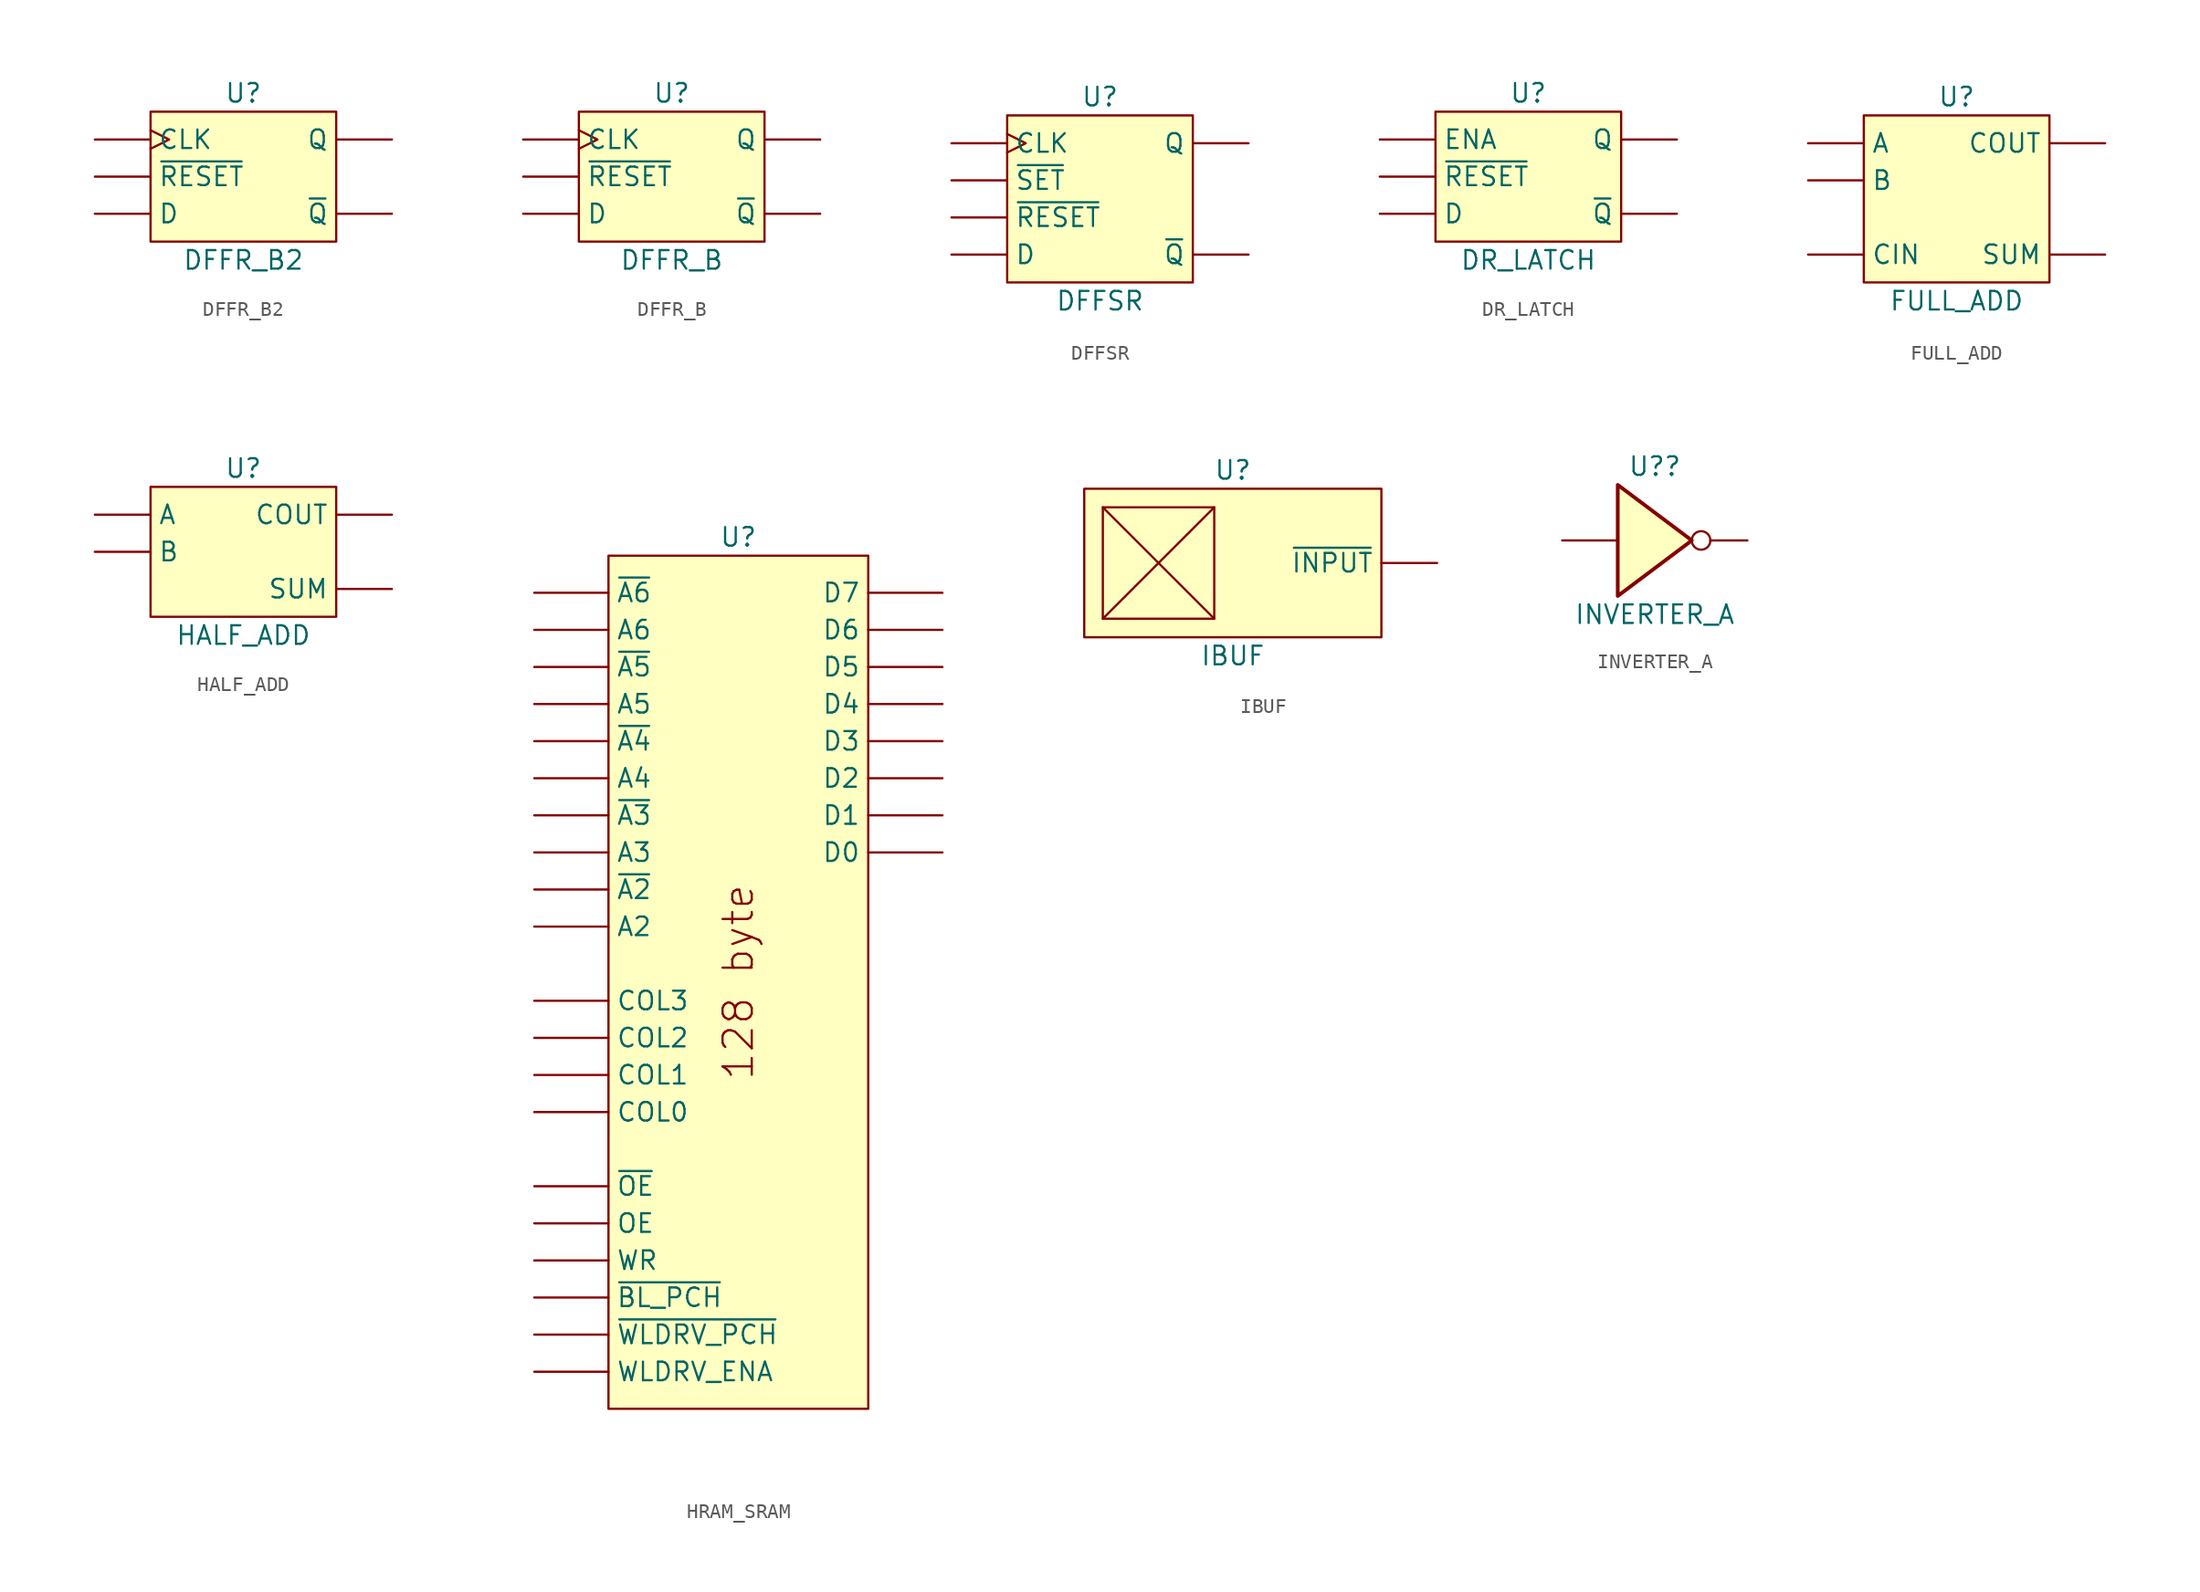
<source format=kicad_sym>
(kicad_symbol_lib
  (version 20211014)
  (generator kicad_symbol_editor)
  (symbol "DFFR_B2"
    (pin_numbers hide)
    (property "Reference" "U"
      (at 0 5.715 0)
      (effects (font (size 1.27 1.27))))
    (property "Value" "DFFR_B2"
      (at 0 -5.715 0)
      (effects (font (size 1.27 1.27))))
    (symbol "DFFR_B2_0_1"
      (rectangle (start -6.35 4.445) (end 6.35 -4.445) (stroke (width 0) (type default) (color 0 0 0 0)) (fill (type background))))
    (symbol "DFFR_B2_1_1"
      (pin input clock (at -10.16 2.54 0) (length 3.81) (name "CLK" (effects (font (size 1.27 1.27)))) (number "1" (effects (font (size 1.27 1.27)))))
      (pin input line (at -10.16 0 0) (length 3.81) (name "~{RESET}" (effects (font (size 1.27 1.27)))) (number "2" (effects (font (size 1.27 1.27)))))
      (pin input line (at -10.16 -2.54 0) (length 3.81) (name "D" (effects (font (size 1.27 1.27)))) (number "3" (effects (font (size 1.27 1.27)))))
      (pin input line (at -10.16 0 0) (length 3.81) hide (name "~{RESET}" (effects (font (size 1.27 1.27)))) (number "4" (effects (font (size 1.27 1.27)))))
      (pin output line (at 10.16 -2.54 180) (length 3.81) (name "~{Q}" (effects (font (size 1.27 1.27)))) (number "5" (effects (font (size 1.27 1.27)))))
      (pin output line (at 10.16 2.54 180) (length 3.81) (name "Q" (effects (font (size 1.27 1.27)))) (number "6" (effects (font (size 1.27 1.27)))))))
  (symbol "DFFR_B"
    (pin_numbers hide)
    (property "Reference" "U"
      (at 0 5.715 0)
      (effects (font (size 1.27 1.27))))
    (property "Value" "DFFR_B"
      (at 0 -5.715 0)
      (effects (font (size 1.27 1.27))))
    (symbol "DFFR_B_0_1"
      (rectangle (start -6.35 4.445) (end 6.35 -4.445) (stroke (width 0) (type default) (color 0 0 0 0)) (fill (type background))))
    (symbol "DFFR_B_1_1"
      (pin input line (at -10.16 0 0) (length 3.81) (name "~{RESET}" (effects (font (size 1.27 1.27)))) (number "1" (effects (font (size 1.27 1.27)))))
      (pin input line (at -10.16 -2.54 0) (length 3.81) (name "D" (effects (font (size 1.27 1.27)))) (number "2" (effects (font (size 1.27 1.27)))))
      (pin input clock (at -10.16 2.54 0) (length 3.81) (name "CLK" (effects (font (size 1.27 1.27)))) (number "3" (effects (font (size 1.27 1.27)))))
      (pin input clock (at -10.16 2.54 0) (length 3.81) hide (name "~{CLK}" (effects (font (size 1.27 1.27)))) (number "4" (effects (font (size 1.27 1.27)))))
      (pin input line (at -10.16 0 0) (length 3.81) hide (name "~{RESET}" (effects (font (size 1.27 1.27)))) (number "5" (effects (font (size 1.27 1.27)))))
      (pin output line (at 10.16 -2.54 180) (length 3.81) (name "~{Q}" (effects (font (size 1.27 1.27)))) (number "6" (effects (font (size 1.27 1.27)))))
      (pin output line (at 10.16 2.54 180) (length 3.81) (name "Q" (effects (font (size 1.27 1.27)))) (number "7" (effects (font (size 1.27 1.27)))))))
  (symbol "DFFSR"
    (pin_numbers hide)
    (property "Reference" "U"
      (at 0 6.985 0)
      (effects (font (size 1.27 1.27))))
    (property "Value" "DFFSR"
      (at 0 -6.985 0)
      (effects (font (size 1.27 1.27))))
    (symbol "DFFSR_0_1"
      (rectangle (start -6.35 5.715) (end 6.35 -5.715) (stroke (width 0) (type default) (color 0 0 0 0)) (fill (type background))))
    (symbol "DFFSR_1_1"
      (pin input line (at -10.16 1.27 0) (length 3.81) (name "~{SET}" (effects (font (size 1.27 1.27)))) (number "1" (effects (font (size 1.27 1.27)))))
      (pin input line (at -10.16 -3.81 0) (length 3.81) (name "D" (effects (font (size 1.27 1.27)))) (number "2" (effects (font (size 1.27 1.27)))))
      (pin input line (at -10.16 1.27 0) (length 3.81) hide (name "~{SET}" (effects (font (size 1.27 1.27)))) (number "3" (effects (font (size 1.27 1.27)))))
      (pin output line (at 10.16 -3.81 180) (length 3.81) (name "~{Q}" (effects (font (size 1.27 1.27)))) (number "4" (effects (font (size 1.27 1.27)))))
      (pin output line (at 10.16 3.81 180) (length 3.81) (name "Q" (effects (font (size 1.27 1.27)))) (number "5" (effects (font (size 1.27 1.27)))))
      (pin input line (at -10.16 -1.27 0) (length 3.81) (name "~{RESET}" (effects (font (size 1.27 1.27)))) (number "6" (effects (font (size 1.27 1.27)))))
      (pin input clock (at -10.16 3.81 0) (length 3.81) (name "CLK" (effects (font (size 1.27 1.27)))) (number "7" (effects (font (size 1.27 1.27)))))))
  (symbol "DR_LATCH"
    (pin_numbers hide)
    (property "Reference" "U"
      (at 0 5.715 0)
      (effects (font (size 1.27 1.27))))
    (property "Value" "DR_LATCH"
      (at 0 -5.715 0)
      (effects (font (size 1.27 1.27))))
    (symbol "DR_LATCH_0_1"
      (rectangle (start -6.35 4.445) (end 6.35 -4.445) (stroke (width 0) (type default) (color 0 0 0 0)) (fill (type background))))
    (symbol "DR_LATCH_1_1"
      (pin input line (at -10.16 2.54 0) (length 3.81) hide (name "~{ENA}" (effects (font (size 1.27 1.27)))) (number "1" (effects (font (size 1.27 1.27)))))
      (pin input line (at -10.16 -2.54 0) (length 3.81) (name "D" (effects (font (size 1.27 1.27)))) (number "2" (effects (font (size 1.27 1.27)))))
      (pin input line (at -10.16 2.54 0) (length 3.81) (name "ENA" (effects (font (size 1.27 1.27)))) (number "3" (effects (font (size 1.27 1.27)))))
      (pin input line (at -10.16 0 0) (length 3.81) (name "~{RESET}" (effects (font (size 1.27 1.27)))) (number "4" (effects (font (size 1.27 1.27)))))
      (pin output line (at 10.16 2.54 180) (length 3.81) (name "Q" (effects (font (size 1.27 1.27)))) (number "5" (effects (font (size 1.27 1.27)))))
      (pin output line (at 10.16 -2.54 180) (length 3.81) (name "~{Q}" (effects (font (size 1.27 1.27)))) (number "6" (effects (font (size 1.27 1.27)))))))
  (symbol "FULL_ADD"
    (pin_numbers hide)
    (property "Reference" "U"
      (at 0 6.985 0)
      (effects (font (size 1.27 1.27))))
    (property "Value" "FULL_ADD"
      (at 0 -6.985 0)
      (effects (font (size 1.27 1.27))))
    (symbol "FULL_ADD_0_1"
      (rectangle (start -6.35 5.715) (end 6.35 -5.715) (stroke (width 0) (type default) (color 0 0 0 0)) (fill (type background))))
    (symbol "FULL_ADD_1_1"
      (pin input line (at -10.16 -3.81 0) (length 3.81) (name "CIN" (effects (font (size 1.27 1.27)))) (number "1" (effects (font (size 1.27 1.27)))))
      (pin output line (at 10.16 -3.81 180) (length 3.81) (name "SUM" (effects (font (size 1.27 1.27)))) (number "2" (effects (font (size 1.27 1.27)))))
      (pin output line (at 10.16 3.81 180) (length 3.81) (name "COUT" (effects (font (size 1.27 1.27)))) (number "3" (effects (font (size 1.27 1.27)))))
      (pin input line (at -10.16 3.81 0) (length 3.81) (name "A" (effects (font (size 1.27 1.27)))) (number "4" (effects (font (size 1.27 1.27)))))
      (pin input line (at -10.16 1.27 0) (length 3.81) (name "B" (effects (font (size 1.27 1.27)))) (number "5" (effects (font (size 1.27 1.27)))))))
  (symbol "HALF_ADD"
    (pin_numbers hide)
    (property "Reference" "U"
      (at 0 5.715 0)
      (effects (font (size 1.27 1.27))))
    (property "Value" "HALF_ADD"
      (at 0 -5.715 0)
      (effects (font (size 1.27 1.27))))
    (symbol "HALF_ADD_0_1"
      (rectangle (start -6.35 4.445) (end 6.35 -4.445) (stroke (width 0) (type default) (color 0 0 0 0)) (fill (type background))))
    (symbol "HALF_ADD_1_1"
      (pin output line (at 10.16 2.54 180) (length 3.81) (name "COUT" (effects (font (size 1.27 1.27)))) (number "1" (effects (font (size 1.27 1.27)))))
      (pin output line (at 10.16 -2.54 180) (length 3.81) (name "SUM" (effects (font (size 1.27 1.27)))) (number "2" (effects (font (size 1.27 1.27)))))
      (pin input line (at -10.16 2.54 0) (length 3.81) (name "A" (effects (font (size 1.27 1.27)))) (number "3" (effects (font (size 1.27 1.27)))))
      (pin input line (at -10.16 0 0) (length 3.81) (name "B" (effects (font (size 1.27 1.27)))) (number "4" (effects (font (size 1.27 1.27)))))))
  (symbol "HRAM_SRAM"
    (pin_numbers hide)
    (property "Reference" "U"
      (at 0 30.48 0)
      (effects (font (size 1.27 1.27))))
    (symbol "HRAM_SRAM_0_0"
      (text "128 byte" (at 0 0 900) (effects (font (size 2 2)))))
    (symbol "HRAM_SRAM_0_1"
      (rectangle (start -8.89 29.21) (end 8.89 -29.21) (stroke (width 0) (type default) (color 0 0 0 0)) (fill (type background))))
    (symbol "HRAM_SRAM_1_1"
      (pin input line (at -13.97 26.67 0) (length 5.08) (name "~{A6}" (effects (font (size 1.27 1.27)))) (number "1" (effects (font (size 1.27 1.27)))))
      (pin input line (at -13.97 3.81 0) (length 5.08) (name "A2" (effects (font (size 1.27 1.27)))) (number "10" (effects (font (size 1.27 1.27)))))
      (pin input line (at -13.97 -1.27 0) (length 5.08) (name "COL3" (effects (font (size 1.27 1.27)))) (number "11" (effects (font (size 1.27 1.27)))))
      (pin input line (at -13.97 -3.81 0) (length 5.08) (name "COL2" (effects (font (size 1.27 1.27)))) (number "12" (effects (font (size 1.27 1.27)))))
      (pin input line (at -13.97 -6.35 0) (length 5.08) (name "COL1" (effects (font (size 1.27 1.27)))) (number "13" (effects (font (size 1.27 1.27)))))
      (pin input line (at -13.97 -8.89 0) (length 5.08) (name "COL0" (effects (font (size 1.27 1.27)))) (number "14" (effects (font (size 1.27 1.27)))))
      (pin input line (at -13.97 -13.97 0) (length 5.08) (name "~{OE}" (effects (font (size 1.27 1.27)))) (number "15" (effects (font (size 1.27 1.27)))))
      (pin input line (at -13.97 -16.51 0) (length 5.08) (name "OE" (effects (font (size 1.27 1.27)))) (number "16" (effects (font (size 1.27 1.27)))))
      (pin input line (at -13.97 -19.05 0) (length 5.08) (name "WR" (effects (font (size 1.27 1.27)))) (number "17" (effects (font (size 1.27 1.27)))))
      (pin input line (at -13.97 -21.59 0) (length 5.08) (name "~{BL_PCH}" (effects (font (size 1.27 1.27)))) (number "18" (effects (font (size 1.27 1.27)))))
      (pin input line (at -13.97 -24.13 0) (length 5.08) (name "~{WLDRV_PCH}" (effects (font (size 1.27 1.27)))) (number "19" (effects (font (size 1.27 1.27)))))
      (pin input line (at -13.97 24.13 0) (length 5.08) (name "A6" (effects (font (size 1.27 1.27)))) (number "2" (effects (font (size 1.27 1.27)))))
      (pin input line (at -13.97 -26.67 0) (length 5.08) (name "WLDRV_ENA" (effects (font (size 1.27 1.27)))) (number "20" (effects (font (size 1.27 1.27)))))
      (pin bidirectional line (at 13.97 26.67 180) (length 5.08) (name "D7" (effects (font (size 1.27 1.27)))) (number "21" (effects (font (size 1.27 1.27)))))
      (pin bidirectional line (at 13.97 24.13 180) (length 5.08) (name "D6" (effects (font (size 1.27 1.27)))) (number "22" (effects (font (size 1.27 1.27)))))
      (pin bidirectional line (at 13.97 21.59 180) (length 5.08) (name "D5" (effects (font (size 1.27 1.27)))) (number "23" (effects (font (size 1.27 1.27)))))
      (pin bidirectional line (at 13.97 19.05 180) (length 5.08) (name "D4" (effects (font (size 1.27 1.27)))) (number "24" (effects (font (size 1.27 1.27)))))
      (pin bidirectional line (at 13.97 16.51 180) (length 5.08) (name "D3" (effects (font (size 1.27 1.27)))) (number "25" (effects (font (size 1.27 1.27)))))
      (pin bidirectional line (at 13.97 13.97 180) (length 5.08) (name "D2" (effects (font (size 1.27 1.27)))) (number "26" (effects (font (size 1.27 1.27)))))
      (pin bidirectional line (at 13.97 11.43 180) (length 5.08) (name "D1" (effects (font (size 1.27 1.27)))) (number "27" (effects (font (size 1.27 1.27)))))
      (pin bidirectional line (at 13.97 8.89 180) (length 5.08) (name "D0" (effects (font (size 1.27 1.27)))) (number "28" (effects (font (size 1.27 1.27)))))
      (pin input line (at -13.97 21.59 0) (length 5.08) (name "~{A5}" (effects (font (size 1.27 1.27)))) (number "3" (effects (font (size 1.27 1.27)))))
      (pin input line (at -13.97 19.05 0) (length 5.08) (name "A5" (effects (font (size 1.27 1.27)))) (number "4" (effects (font (size 1.27 1.27)))))
      (pin input line (at -13.97 16.51 0) (length 5.08) (name "~{A4}" (effects (font (size 1.27 1.27)))) (number "5" (effects (font (size 1.27 1.27)))))
      (pin input line (at -13.97 13.97 0) (length 5.08) (name "A4" (effects (font (size 1.27 1.27)))) (number "6" (effects (font (size 1.27 1.27)))))
      (pin input line (at -13.97 11.43 0) (length 5.08) (name "~{A3}" (effects (font (size 1.27 1.27)))) (number "7" (effects (font (size 1.27 1.27)))))
      (pin input line (at -13.97 8.89 0) (length 5.08) (name "A3" (effects (font (size 1.27 1.27)))) (number "8" (effects (font (size 1.27 1.27)))))
      (pin input line (at -13.97 6.35 0) (length 5.08) (name "~{A2}" (effects (font (size 1.27 1.27)))) (number "9" (effects (font (size 1.27 1.27)))))))
  (symbol "IBUF"
    (pin_numbers hide)
    (property "Reference" "U"
      (at 0 6.35 0)
      (effects (font (size 1.27 1.27))))
    (property "Value" "IBUF"
      (at 0 -6.35 0)
      (effects (font (size 1.27 1.27))))
    (symbol "IBUF_0_1"
      (rectangle (start -10.16 5.08) (end 10.16 -5.08) (stroke (width 0) (type default) (color 0 0 0 0)) (fill (type background)))
      (rectangle (start -8.89 3.81) (end -1.27 -3.81) (stroke (width 0) (type default) (color 0 0 0 0)) (fill (type none)))
      (polyline (pts (xy -8.89 -3.81) (xy -1.27 3.81)) (stroke (width 0) (type default) (color 0 0 0 0)) (fill (type none)))
      (polyline (pts (xy -1.27 -3.81) (xy -8.89 3.81)) (stroke (width 0) (type default) (color 0 0 0 0)) (fill (type none))))
    (symbol "IBUF_1_1"
      (pin output line (at 13.97 0 180) (length 3.81) (name "~{INPUT}" (effects (font (size 1.27 1.27)))) (number "1" (effects (font (size 1.27 1.27)))))))
  (symbol "INVERTER_A"
    (pin_numbers hide)
    (pin_names hide)
    (property "Reference" "U?"
      (at 0 5.08 0)
      (effects (font (size 1.27 1.27))))
    (property "Value" "INVERTER_A"
      (at 0 -5.08 0)
      (effects (font (size 1.27 1.27))))
    (symbol "INVERTER_A_1_0"
      (polyline (pts (xy -2.54 3.81) (xy -2.54 -3.81) (xy 2.54 0) (xy -2.54 3.81)) (stroke (width 0.254) (type default) (color 0 0 0 0)) (fill (type background)))
      (pin input line (at -6.35 0 0) (length 3.81) (name "~" (effects (font (size 1.27 1.27)))) (number "1" (effects (font (size 1.27 1.27)))))
      (pin output inverted (at 6.35 0 180) (length 3.81) (name "~" (effects (font (size 1.27 1.27)))) (number "2" (effects (font (size 1.27 1.27))))))))
</source>
